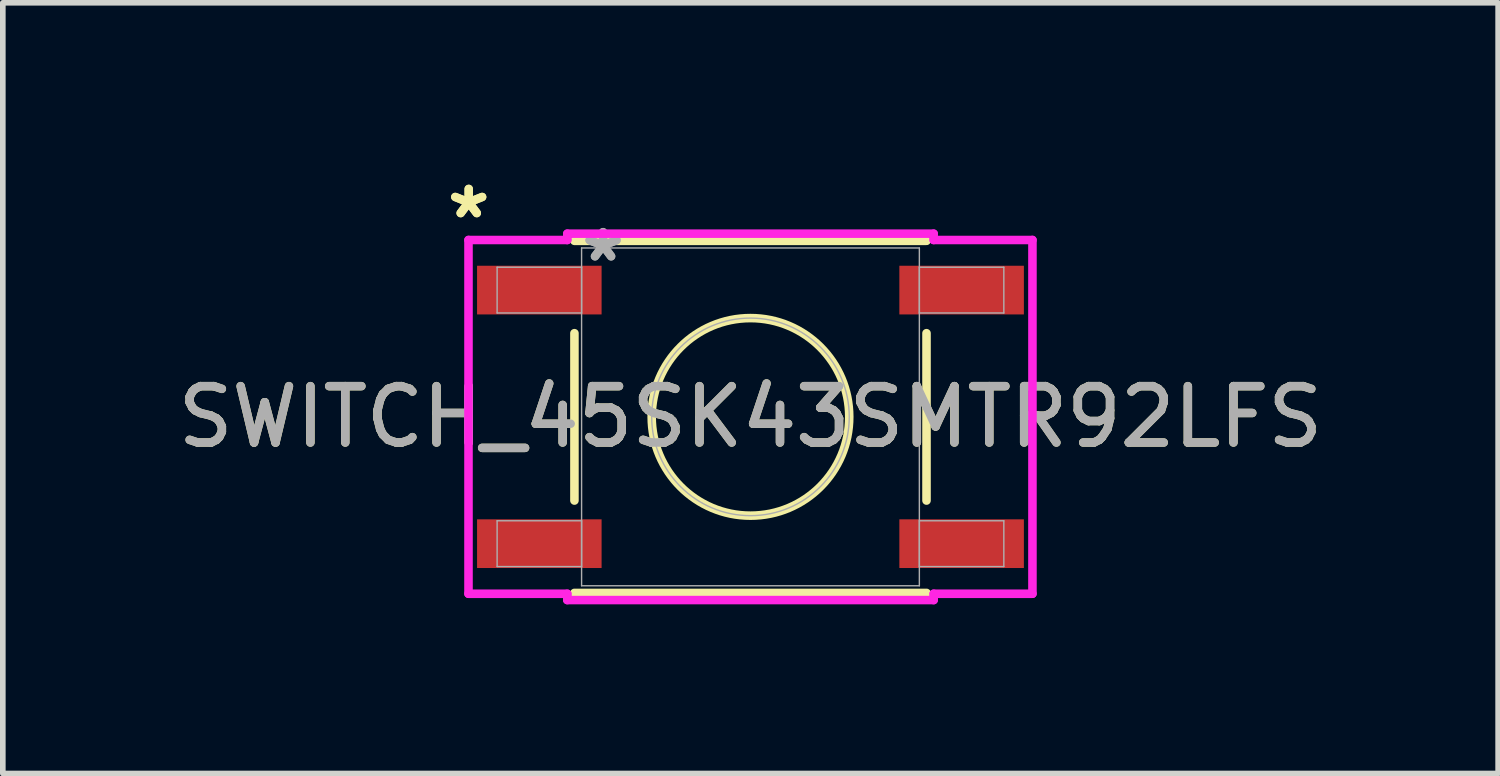
<source format=kicad_pcb>
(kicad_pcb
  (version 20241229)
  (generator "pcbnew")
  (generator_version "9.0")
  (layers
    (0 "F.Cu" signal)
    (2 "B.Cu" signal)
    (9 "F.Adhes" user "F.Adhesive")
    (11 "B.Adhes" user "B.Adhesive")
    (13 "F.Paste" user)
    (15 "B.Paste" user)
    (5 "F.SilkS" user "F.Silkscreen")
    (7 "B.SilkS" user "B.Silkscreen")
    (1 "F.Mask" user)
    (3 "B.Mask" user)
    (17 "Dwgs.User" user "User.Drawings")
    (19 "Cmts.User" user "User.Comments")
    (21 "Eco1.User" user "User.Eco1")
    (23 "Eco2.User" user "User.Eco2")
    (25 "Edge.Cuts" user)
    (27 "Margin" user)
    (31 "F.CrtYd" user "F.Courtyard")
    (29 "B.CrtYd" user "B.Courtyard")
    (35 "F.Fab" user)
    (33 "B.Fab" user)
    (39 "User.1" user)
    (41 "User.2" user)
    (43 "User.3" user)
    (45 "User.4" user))
  (footprint "SWITCH_45SK43SMTR92LFS"
    (layer "F.Cu")
    (at 10.268 4.348)
    (property "Reference" "SWITCH_45SK43SMTR92LFS" (at 0 0 0) (unlocked yes) (layer "F.SilkS") (effects (font (size 1 1) (thickness 0.15))))
    (attr smd)
    (fp_line (start -3.124 -1.485) (end -3.124 1.485) (stroke (width 0.152) (type solid)) (layer "F.SilkS"))
    (fp_line (start -3.124 3.124) (end 3.124 3.124) (stroke (width 0.152) (type solid)) (layer "F.SilkS"))
    (fp_line (start 3.124 -3.124) (end -3.124 -3.124) (stroke (width 0.152) (type solid)) (layer "F.SilkS"))
    (fp_line (start 3.124 1.485) (end 3.124 -1.485) (stroke (width 0.152) (type solid)) (layer "F.SilkS"))
    (fp_circle (center 0 0) (end 1.753 0) (stroke (width 0.152) (type solid)) (fill no) (layer "F.SilkS"))
    (fp_line (start -5.004 -3.139) (end -3.251 -3.139) (stroke (width 0.152) (type solid)) (layer "F.CrtYd"))
    (fp_line (start -5.004 3.139) (end -5.004 -3.139) (stroke (width 0.152) (type solid)) (layer "F.CrtYd"))
    (fp_line (start -3.251 -3.251) (end 3.251 -3.251) (stroke (width 0.152) (type solid)) (layer "F.CrtYd"))
    (fp_line (start -3.251 -3.139) (end -3.251 -3.251) (stroke (width 0.152) (type solid)) (layer "F.CrtYd"))
    (fp_line (start -3.251 3.139) (end -5.004 3.139) (stroke (width 0.152) (type solid)) (layer "F.CrtYd"))
    (fp_line (start -3.251 3.251) (end -3.251 3.139) (stroke (width 0.152) (type solid)) (layer "F.CrtYd"))
    (fp_line (start 3.251 -3.251) (end 3.251 -3.139) (stroke (width 0.152) (type solid)) (layer "F.CrtYd"))
    (fp_line (start 3.251 -3.139) (end 5.004 -3.139) (stroke (width 0.152) (type solid)) (layer "F.CrtYd"))
    (fp_line (start 3.251 3.139) (end 3.251 3.251) (stroke (width 0.152) (type solid)) (layer "F.CrtYd"))
    (fp_line (start 3.251 3.251) (end -3.251 3.251) (stroke (width 0.152) (type solid)) (layer "F.CrtYd"))
    (fp_line (start 5.004 -3.139) (end 5.004 3.139) (stroke (width 0.152) (type solid)) (layer "F.CrtYd"))
    (fp_line (start 5.004 3.139) (end 3.251 3.139) (stroke (width 0.152) (type solid)) (layer "F.CrtYd"))
    (fp_line (start -4.496 -2.656) (end -4.496 -1.844) (stroke (width 0.025) (type solid)) (layer "F.Fab"))
    (fp_line (start -4.496 -1.844) (end -2.997 -1.844) (stroke (width 0.025) (type solid)) (layer "F.Fab"))
    (fp_line (start -4.496 1.844) (end -4.496 2.656) (stroke (width 0.025) (type solid)) (layer "F.Fab"))
    (fp_line (start -4.496 2.656) (end -2.997 2.656) (stroke (width 0.025) (type solid)) (layer "F.Fab"))
    (fp_line (start -2.997 -2.997) (end -2.997 2.997) (stroke (width 0.025) (type solid)) (layer "F.Fab"))
    (fp_line (start -2.997 -2.656) (end -4.496 -2.656) (stroke (width 0.025) (type solid)) (layer "F.Fab"))
    (fp_line (start -2.997 -1.844) (end -2.997 -2.656) (stroke (width 0.025) (type solid)) (layer "F.Fab"))
    (fp_line (start -2.997 1.844) (end -4.496 1.844) (stroke (width 0.025) (type solid)) (layer "F.Fab"))
    (fp_line (start -2.997 2.656) (end -2.997 1.844) (stroke (width 0.025) (type solid)) (layer "F.Fab"))
    (fp_line (start -2.997 2.997) (end 2.997 2.997) (stroke (width 0.025) (type solid)) (layer "F.Fab"))
    (fp_line (start 2.997 -2.997) (end -2.997 -2.997) (stroke (width 0.025) (type solid)) (layer "F.Fab"))
    (fp_line (start 2.997 -2.656) (end 2.997 -1.844) (stroke (width 0.025) (type solid)) (layer "F.Fab"))
    (fp_line (start 2.997 -1.844) (end 4.496 -1.844) (stroke (width 0.025) (type solid)) (layer "F.Fab"))
    (fp_line (start 2.997 1.844) (end 2.997 2.656) (stroke (width 0.025) (type solid)) (layer "F.Fab"))
    (fp_line (start 2.997 2.656) (end 4.496 2.656) (stroke (width 0.025) (type solid)) (layer "F.Fab"))
    (fp_line (start 2.997 2.997) (end 2.997 -2.997) (stroke (width 0.025) (type solid)) (layer "F.Fab"))
    (fp_line (start 4.496 -2.656) (end 2.997 -2.656) (stroke (width 0.025) (type solid)) (layer "F.Fab"))
    (fp_line (start 4.496 -1.844) (end 4.496 -2.656) (stroke (width 0.025) (type solid)) (layer "F.Fab"))
    (fp_line (start 4.496 1.844) (end 2.997 1.844) (stroke (width 0.025) (type solid)) (layer "F.Fab"))
    (fp_line (start 4.496 2.656) (end 4.496 1.844) (stroke (width 0.025) (type solid)) (layer "F.Fab"))
    (fp_circle (center 0 0) (end 1.753 0) (stroke (width 0.025) (type solid)) (fill no) (layer "F.Fab"))
    (fp_text user "*" (at -5 -3.5 0) (layer "F.SilkS") (effects (font (size 1 1) (thickness 0.15))))
    (fp_text user "*" (at -5 -3.5 0) (unlocked yes) (layer "F.SilkS") (effects (font (size 1 1) (thickness 0.15))))
    (fp_text user "*" (at -2.616 -2.733 0) (layer "F.Fab") (effects (font (size 1 1) (thickness 0.15))))
    (fp_text user "${REFERENCE}" (at 0 0 0) (unlocked yes) (layer "F.Fab") (effects (font (size 1 1) (thickness 0.15))))
    (fp_text user "*" (at -2.616 -2.733 0) (unlocked yes) (layer "F.Fab") (effects (font (size 1 1) (thickness 0.15))))
    (pad "1" smd rect (at -3.747 -2.25) (size 2.21 0.864) (layers "F.Cu" "F.Mask" "F.Paste"))
    (pad "2" smd rect (at 3.747 -2.25) (size 2.21 0.864) (layers "F.Cu" "F.Mask" "F.Paste"))
    (pad "3" smd rect (at -3.747 2.25) (size 2.21 0.864) (layers "F.Cu" "F.Mask" "F.Paste"))
    (pad "4" smd rect (at 3.747 2.25) (size 2.21 0.864) (layers "F.Cu" "F.Mask" "F.Paste")))
  (gr_rect
    (start -3 -3)
    (end 23.536 10.676)
    (stroke (width 0.1) (type default))
    (fill no)
    (layer "Edge.Cuts")))
</source>
